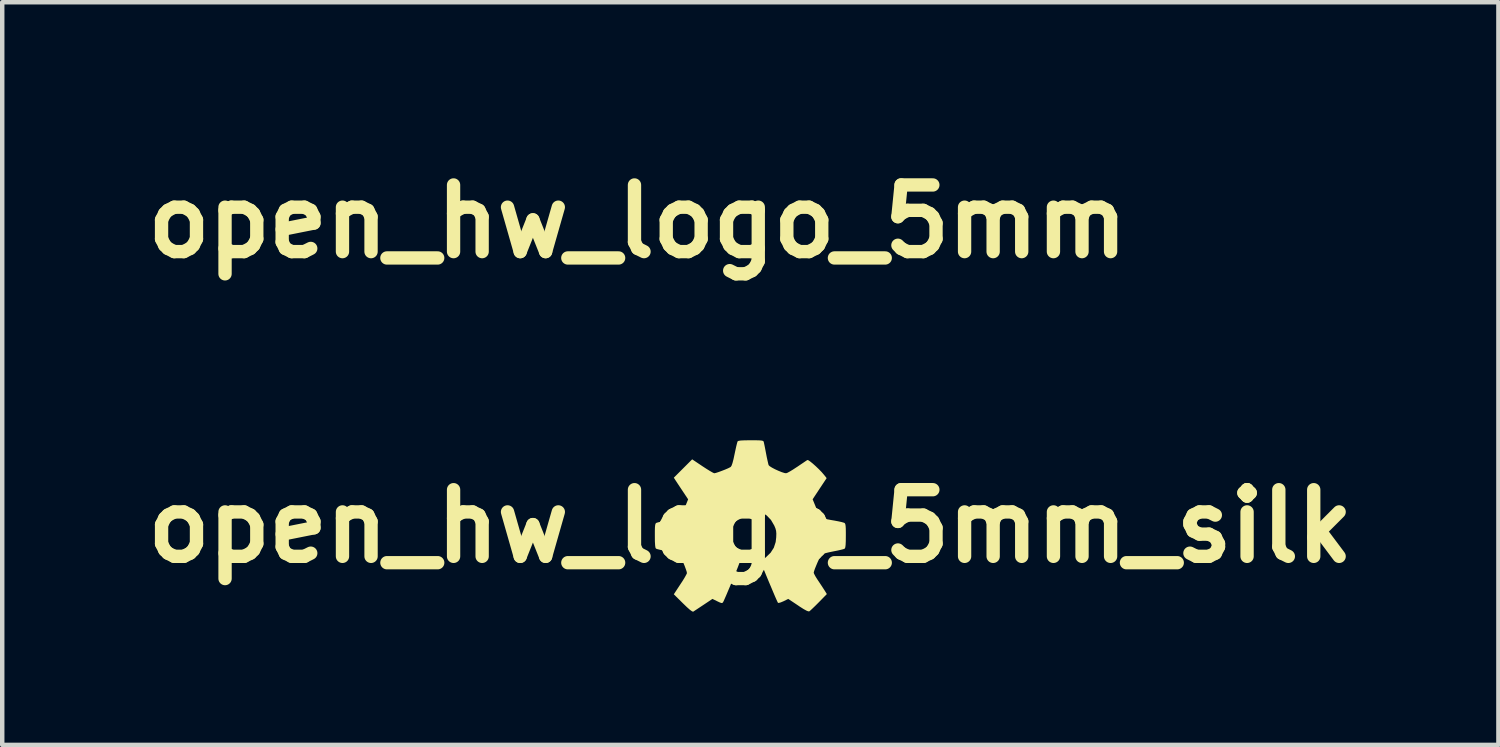
<source format=kicad_pcb>
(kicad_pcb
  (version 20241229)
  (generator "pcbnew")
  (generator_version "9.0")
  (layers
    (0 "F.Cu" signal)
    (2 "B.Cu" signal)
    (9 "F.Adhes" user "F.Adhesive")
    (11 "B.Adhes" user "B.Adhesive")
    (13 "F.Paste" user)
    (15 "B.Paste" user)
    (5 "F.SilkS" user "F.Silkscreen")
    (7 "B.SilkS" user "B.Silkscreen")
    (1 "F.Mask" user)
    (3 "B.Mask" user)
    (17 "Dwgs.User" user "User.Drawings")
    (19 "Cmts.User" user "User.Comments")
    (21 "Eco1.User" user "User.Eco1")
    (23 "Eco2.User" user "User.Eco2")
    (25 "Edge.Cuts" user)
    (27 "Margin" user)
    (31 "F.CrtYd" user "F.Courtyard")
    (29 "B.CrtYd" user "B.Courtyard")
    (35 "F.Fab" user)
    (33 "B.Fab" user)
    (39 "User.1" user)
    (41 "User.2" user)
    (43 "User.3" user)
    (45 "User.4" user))
  (footprint "open_hw_logo_5mm_silk"
    (layer "F.Cu")
    (at 13.836 8.792)
    (property "Reference" "open_hw_logo_5mm_silk" (at 0 0 0) (layer "F.SilkS") (effects (font (size 1.5 1.5) (thickness 0.3))))
    (attr board_only exclude_from_pos_files exclude_from_bom)
    (fp_poly (pts (xy 0.121 -1.934) (xy 0.199 -1.932) (xy 0.25 -1.928) (xy 0.28 -1.921) (xy 0.295 -1.911) (xy 0.301 -1.9) (xy 0.308 -1.868) (xy 0.321 -1.807) (xy 0.337 -1.725) (xy 0.353 -1.641) (xy 0.371 -1.548) (xy 0.389 -1.466) (xy 0.403 -1.405) (xy 0.411 -1.375) (xy 0.435 -1.351) (xy 0.487 -1.318) (xy 0.555 -1.282) (xy 0.632 -1.247) (xy 0.706 -1.217) (xy 0.769 -1.197) (xy 0.804 -1.192) (xy 0.834 -1.202) (xy 0.888 -1.231) (xy 0.959 -1.274) (xy 1.04 -1.327) (xy 1.05 -1.333) (xy 1.131 -1.388) (xy 1.201 -1.435) (xy 1.254 -1.471) (xy 1.282 -1.489) (xy 1.283 -1.49) (xy 1.307 -1.484) (xy 1.35 -1.454) (xy 1.408 -1.407) (xy 1.474 -1.348) (xy 1.542 -1.283) (xy 1.606 -1.217) (xy 1.659 -1.155) (xy 1.661 -1.153) (xy 1.717 -1.082) (xy 1.559 -0.844) (xy 1.402 -0.606) (xy 1.486 -0.401) (xy 1.518 -0.321) (xy 1.544 -0.264) (xy 1.57 -0.223) (xy 1.604 -0.194) (xy 1.651 -0.174) (xy 1.718 -0.158) (xy 1.813 -0.14) (xy 1.895 -0.126) (xy 1.979 -0.11) (xy 2.052 -0.094) (xy 2.101 -0.08) (xy 2.115 -0.075) (xy 2.129 -0.064) (xy 2.138 -0.042) (xy 2.144 -0.005) (xy 2.148 0.056) (xy 2.149 0.145) (xy 2.149 0.213) (xy 2.148 0.335) (xy 2.144 0.421) (xy 2.137 0.475) (xy 2.126 0.502) (xy 2.125 0.504) (xy 2.096 0.516) (xy 2.038 0.531) (xy 1.959 0.549) (xy 1.866 0.567) (xy 1.866 0.567) (xy 1.757 0.59) (xy 1.672 0.611) (xy 1.617 0.632) (xy 1.6 0.642) (xy 1.579 0.674) (xy 1.55 0.731) (xy 1.516 0.805) (xy 1.483 0.883) (xy 1.453 0.957) (xy 1.433 1.016) (xy 1.426 1.048) (xy 1.437 1.076) (xy 1.464 1.127) (xy 1.504 1.192) (xy 1.521 1.217) (xy 1.573 1.295) (xy 1.623 1.371) (xy 1.663 1.433) (xy 1.669 1.442) (xy 1.722 1.527) (xy 1.54 1.713) (xy 1.47 1.783) (xy 1.407 1.844) (xy 1.358 1.89) (xy 1.33 1.914) (xy 1.327 1.915) (xy 1.303 1.916) (xy 1.261 1.899) (xy 1.196 1.863) (xy 1.105 1.805) (xy 1.075 1.784) (xy 0.853 1.636) (xy 0.746 1.689) (xy 0.684 1.715) (xy 0.638 1.727) (xy 0.622 1.724) (xy 0.611 1.703) (xy 0.587 1.651) (xy 0.554 1.576) (xy 0.514 1.482) (xy 0.47 1.377) (xy 0.423 1.266) (xy 0.377 1.156) (xy 0.334 1.052) (xy 0.297 0.96) (xy 0.268 0.888) (xy 0.25 0.84) (xy 0.247 0.83) (xy 0.247 0.804) (xy 0.268 0.773) (xy 0.313 0.73) (xy 0.347 0.702) (xy 0.455 0.598) (xy 0.528 0.485) (xy 0.57 0.356) (xy 0.582 0.252) (xy 0.585 0.168) (xy 0.58 0.106) (xy 0.565 0.05) (xy 0.539 -0.013) (xy 0.464 -0.141) (xy 0.37 -0.24) (xy 0.264 -0.309) (xy 0.207 -0.336) (xy 0.154 -0.352) (xy 0.089 -0.359) (xy 0 -0.361) (xy -0.089 -0.359) (xy -0.154 -0.352) (xy -0.208 -0.336) (xy -0.266 -0.309) (xy -0.266 -0.308) (xy -0.367 -0.24) (xy -0.458 -0.149) (xy -0.527 -0.049) (xy -0.555 0.014) (xy -0.578 0.12) (xy -0.585 0.241) (xy -0.575 0.356) (xy -0.566 0.394) (xy -0.533 0.47) (xy -0.477 0.556) (xy -0.408 0.641) (xy -0.333 0.712) (xy -0.315 0.726) (xy -0.265 0.766) (xy -0.245 0.797) (xy -0.246 0.828) (xy -0.26 0.866) (xy -0.285 0.932) (xy -0.32 1.019) (xy -0.361 1.121) (xy -0.407 1.23) (xy -0.453 1.342) (xy -0.499 1.45) (xy -0.54 1.547) (xy -0.575 1.627) (xy -0.6 1.683) (xy -0.614 1.71) (xy -0.614 1.711) (xy -0.63 1.727) (xy -0.653 1.728) (xy -0.692 1.714) (xy -0.745 1.689) (xy -0.853 1.636) (xy -1.057 1.772) (xy -1.137 1.825) (xy -1.206 1.871) (xy -1.258 1.905) (xy -1.285 1.923) (xy -1.286 1.923) (xy -1.31 1.917) (xy -1.358 1.883) (xy -1.429 1.82) (xy -1.517 1.735) (xy -1.722 1.532) (xy -1.575 1.308) (xy -1.52 1.224) (xy -1.475 1.15) (xy -1.443 1.092) (xy -1.427 1.058) (xy -1.427 1.054) (xy -1.434 1.019) (xy -1.454 0.96) (xy -1.482 0.885) (xy -1.515 0.806) (xy -1.547 0.732) (xy -1.575 0.674) (xy -1.595 0.642) (xy -1.628 0.624) (xy -1.696 0.603) (xy -1.795 0.58) (xy -1.862 0.567) (xy -1.955 0.548) (xy -2.036 0.53) (xy -2.095 0.515) (xy -2.124 0.504) (xy -2.125 0.503) (xy -2.136 0.48) (xy -2.143 0.429) (xy -2.148 0.346) (xy -2.149 0.228) (xy -2.149 0.213) (xy -2.149 0.104) (xy -2.147 0.027) (xy -2.142 -0.023) (xy -2.135 -0.053) (xy -2.124 -0.069) (xy -2.115 -0.075) (xy -2.083 -0.085) (xy -2.022 -0.1) (xy -1.939 -0.118) (xy -1.846 -0.137) (xy -1.753 -0.156) (xy -1.671 -0.176) (xy -1.611 -0.194) (xy -1.581 -0.208) (xy -1.56 -0.237) (xy -1.531 -0.294) (xy -1.497 -0.368) (xy -1.475 -0.42) (xy -1.4 -0.605) (xy -1.527 -0.796) (xy -1.581 -0.877) (xy -1.63 -0.951) (xy -1.668 -1.009) (xy -1.688 -1.039) (xy -1.722 -1.092) (xy -1.516 -1.298) (xy -1.309 -1.505) (xy -1.075 -1.348) (xy -0.989 -1.292) (xy -0.913 -1.245) (xy -0.854 -1.211) (xy -0.817 -1.193) (xy -0.811 -1.192) (xy -0.776 -1.199) (xy -0.717 -1.218) (xy -0.644 -1.245) (xy -0.569 -1.274) (xy -0.501 -1.303) (xy -0.454 -1.327) (xy -0.442 -1.334) (xy -0.423 -1.362) (xy -0.402 -1.421) (xy -0.378 -1.513) (xy -0.355 -1.622) (xy -0.334 -1.72) (xy -0.315 -1.806) (xy -0.299 -1.87) (xy -0.288 -1.906) (xy -0.286 -1.91) (xy -0.267 -1.92) (xy -0.221 -1.928) (xy -0.145 -1.932) (xy -0.035 -1.934) (xy 0.01 -1.934)) (stroke (width 0) (type solid)) (fill yes) (layer "F.SilkS")))
  (footprint "open_hw_logo_5mm"
    (layer "F.Cu")
    (at 11.3 1.934)
    (property "Reference" "open_hw_logo_5mm" (at 0 0 0) (layer "F.SilkS") (effects (font (size 1.5 1.5) (thickness 0.3))))
    (attr board_only exclude_from_pos_files exclude_from_bom)
    (fp_poly (pts (xy 0.121 -1.934) (xy 0.199 -1.932) (xy 0.25 -1.928) (xy 0.28 -1.921) (xy 0.295 -1.911) (xy 0.301 -1.9) (xy 0.308 -1.868) (xy 0.321 -1.807) (xy 0.337 -1.725) (xy 0.353 -1.641) (xy 0.371 -1.548) (xy 0.389 -1.466) (xy 0.403 -1.405) (xy 0.411 -1.375) (xy 0.435 -1.351) (xy 0.487 -1.318) (xy 0.555 -1.282) (xy 0.632 -1.247) (xy 0.706 -1.217) (xy 0.769 -1.197) (xy 0.804 -1.192) (xy 0.834 -1.202) (xy 0.888 -1.231) (xy 0.959 -1.274) (xy 1.04 -1.327) (xy 1.05 -1.333) (xy 1.131 -1.388) (xy 1.201 -1.435) (xy 1.254 -1.471) (xy 1.282 -1.489) (xy 1.283 -1.49) (xy 1.307 -1.484) (xy 1.35 -1.454) (xy 1.408 -1.407) (xy 1.474 -1.348) (xy 1.542 -1.283) (xy 1.606 -1.217) (xy 1.659 -1.155) (xy 1.661 -1.153) (xy 1.717 -1.082) (xy 1.559 -0.844) (xy 1.402 -0.606) (xy 1.486 -0.401) (xy 1.518 -0.321) (xy 1.544 -0.264) (xy 1.57 -0.223) (xy 1.604 -0.194) (xy 1.651 -0.174) (xy 1.718 -0.158) (xy 1.813 -0.14) (xy 1.895 -0.126) (xy 1.979 -0.11) (xy 2.052 -0.094) (xy 2.101 -0.08) (xy 2.115 -0.075) (xy 2.129 -0.064) (xy 2.138 -0.042) (xy 2.144 -0.005) (xy 2.148 0.056) (xy 2.149 0.145) (xy 2.149 0.213) (xy 2.148 0.335) (xy 2.144 0.421) (xy 2.137 0.475) (xy 2.126 0.502) (xy 2.125 0.504) (xy 2.096 0.516) (xy 2.038 0.531) (xy 1.959 0.549) (xy 1.866 0.567) (xy 1.866 0.567) (xy 1.757 0.59) (xy 1.672 0.611) (xy 1.617 0.632) (xy 1.6 0.642) (xy 1.579 0.674) (xy 1.55 0.731) (xy 1.516 0.805) (xy 1.483 0.883) (xy 1.453 0.957) (xy 1.433 1.016) (xy 1.426 1.048) (xy 1.437 1.076) (xy 1.464 1.127) (xy 1.504 1.192) (xy 1.521 1.217) (xy 1.573 1.295) (xy 1.623 1.371) (xy 1.663 1.433) (xy 1.669 1.442) (xy 1.722 1.527) (xy 1.54 1.713) (xy 1.47 1.783) (xy 1.407 1.844) (xy 1.358 1.89) (xy 1.33 1.914) (xy 1.327 1.915) (xy 1.303 1.916) (xy 1.261 1.899) (xy 1.196 1.863) (xy 1.105 1.805) (xy 1.075 1.784) (xy 0.853 1.636) (xy 0.746 1.689) (xy 0.684 1.715) (xy 0.638 1.727) (xy 0.622 1.724) (xy 0.611 1.703) (xy 0.587 1.651) (xy 0.554 1.576) (xy 0.514 1.482) (xy 0.47 1.377) (xy 0.423 1.266) (xy 0.377 1.156) (xy 0.334 1.052) (xy 0.297 0.96) (xy 0.268 0.888) (xy 0.25 0.84) (xy 0.247 0.83) (xy 0.247 0.804) (xy 0.268 0.773) (xy 0.313 0.73) (xy 0.347 0.702) (xy 0.455 0.598) (xy 0.528 0.485) (xy 0.57 0.356) (xy 0.582 0.252) (xy 0.585 0.168) (xy 0.58 0.106) (xy 0.565 0.05) (xy 0.539 -0.013) (xy 0.464 -0.141) (xy 0.37 -0.24) (xy 0.264 -0.309) (xy 0.207 -0.336) (xy 0.154 -0.352) (xy 0.089 -0.359) (xy 0 -0.361) (xy -0.089 -0.359) (xy -0.154 -0.352) (xy -0.208 -0.336) (xy -0.266 -0.309) (xy -0.266 -0.308) (xy -0.367 -0.24) (xy -0.458 -0.149) (xy -0.527 -0.049) (xy -0.555 0.014) (xy -0.578 0.12) (xy -0.585 0.241) (xy -0.575 0.356) (xy -0.566 0.394) (xy -0.533 0.47) (xy -0.477 0.556) (xy -0.408 0.641) (xy -0.333 0.712) (xy -0.315 0.726) (xy -0.265 0.766) (xy -0.245 0.797) (xy -0.246 0.828) (xy -0.26 0.866) (xy -0.285 0.932) (xy -0.32 1.019) (xy -0.361 1.121) (xy -0.407 1.23) (xy -0.453 1.342) (xy -0.499 1.45) (xy -0.54 1.547) (xy -0.575 1.627) (xy -0.6 1.683) (xy -0.614 1.71) (xy -0.614 1.711) (xy -0.63 1.727) (xy -0.653 1.728) (xy -0.692 1.714) (xy -0.745 1.689) (xy -0.853 1.636) (xy -1.057 1.772) (xy -1.137 1.825) (xy -1.206 1.871) (xy -1.258 1.905) (xy -1.285 1.923) (xy -1.286 1.923) (xy -1.31 1.917) (xy -1.358 1.883) (xy -1.429 1.82) (xy -1.517 1.735) (xy -1.722 1.532) (xy -1.575 1.308) (xy -1.52 1.224) (xy -1.475 1.15) (xy -1.443 1.092) (xy -1.427 1.058) (xy -1.427 1.054) (xy -1.434 1.019) (xy -1.454 0.96) (xy -1.482 0.885) (xy -1.515 0.806) (xy -1.547 0.732) (xy -1.575 0.674) (xy -1.595 0.642) (xy -1.628 0.624) (xy -1.696 0.603) (xy -1.795 0.58) (xy -1.862 0.567) (xy -1.955 0.548) (xy -2.036 0.53) (xy -2.095 0.515) (xy -2.124 0.504) (xy -2.125 0.503) (xy -2.136 0.48) (xy -2.143 0.429) (xy -2.148 0.346) (xy -2.149 0.228) (xy -2.149 0.213) (xy -2.149 0.104) (xy -2.147 0.027) (xy -2.142 -0.023) (xy -2.135 -0.053) (xy -2.124 -0.069) (xy -2.115 -0.075) (xy -2.083 -0.085) (xy -2.022 -0.1) (xy -1.939 -0.118) (xy -1.846 -0.137) (xy -1.753 -0.156) (xy -1.671 -0.176) (xy -1.611 -0.194) (xy -1.581 -0.208) (xy -1.56 -0.237) (xy -1.531 -0.294) (xy -1.497 -0.368) (xy -1.475 -0.42) (xy -1.4 -0.605) (xy -1.527 -0.796) (xy -1.581 -0.877) (xy -1.63 -0.951) (xy -1.668 -1.009) (xy -1.688 -1.039) (xy -1.722 -1.092) (xy -1.516 -1.298) (xy -1.309 -1.505) (xy -1.075 -1.348) (xy -0.989 -1.292) (xy -0.913 -1.245) (xy -0.854 -1.211) (xy -0.817 -1.193) (xy -0.811 -1.192) (xy -0.776 -1.199) (xy -0.717 -1.218) (xy -0.644 -1.245) (xy -0.569 -1.274) (xy -0.501 -1.303) (xy -0.454 -1.327) (xy -0.442 -1.334) (xy -0.423 -1.362) (xy -0.402 -1.421) (xy -0.378 -1.513) (xy -0.355 -1.622) (xy -0.334 -1.72) (xy -0.315 -1.806) (xy -0.299 -1.87) (xy -0.288 -1.906) (xy -0.286 -1.91) (xy -0.267 -1.92) (xy -0.221 -1.928) (xy -0.145 -1.932) (xy -0.035 -1.934) (xy 0.01 -1.934)) (stroke (width 0) (type solid)) (fill yes) (layer "F.Mask")))
  (gr_rect
    (start -3 -3)
    (end 30.671 13.714)
    (stroke (width 0.1) (type default))
    (fill no)
    (layer "Edge.Cuts")))
</source>
